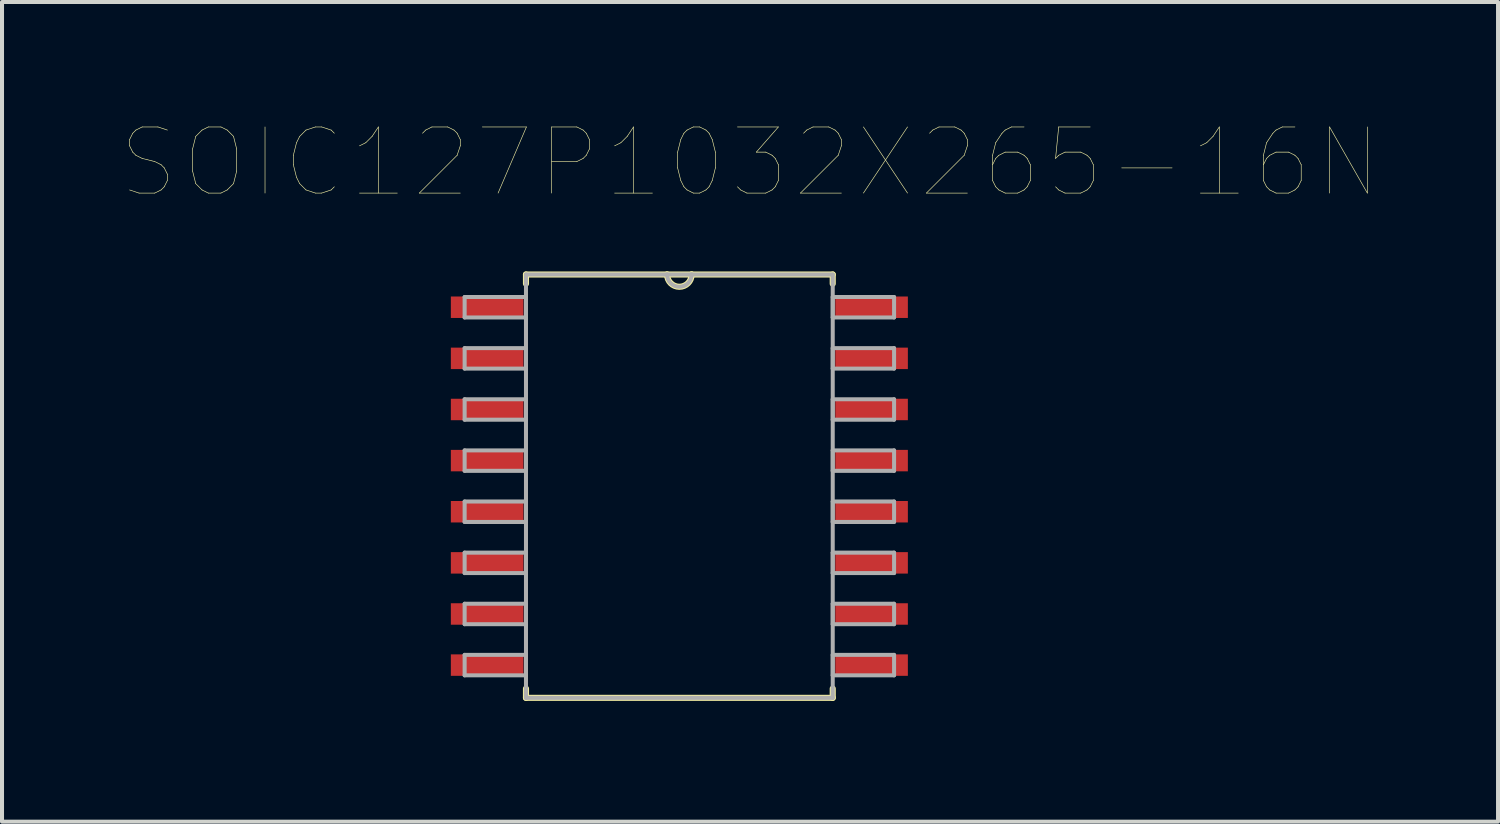
<source format=kicad_pcb>
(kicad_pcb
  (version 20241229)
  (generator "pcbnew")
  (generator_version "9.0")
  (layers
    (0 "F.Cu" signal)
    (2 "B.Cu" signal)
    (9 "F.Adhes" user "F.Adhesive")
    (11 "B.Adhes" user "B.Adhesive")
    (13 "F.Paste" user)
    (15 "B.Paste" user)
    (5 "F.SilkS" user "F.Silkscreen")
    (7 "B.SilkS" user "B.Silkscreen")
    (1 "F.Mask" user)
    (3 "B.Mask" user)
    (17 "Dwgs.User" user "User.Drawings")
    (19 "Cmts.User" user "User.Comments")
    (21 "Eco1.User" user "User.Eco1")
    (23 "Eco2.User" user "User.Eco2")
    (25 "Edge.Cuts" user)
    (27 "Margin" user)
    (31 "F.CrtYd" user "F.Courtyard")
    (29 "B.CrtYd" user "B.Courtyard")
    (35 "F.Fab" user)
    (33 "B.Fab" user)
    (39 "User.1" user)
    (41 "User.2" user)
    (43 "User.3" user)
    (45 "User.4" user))
  (footprint "SOIC127P1032X265-16N"
    (layer "F.Cu")
    (at 13.826 9.027)
    (property "Reference" "SOIC127P1032X265-16N" (at 1.756 -8.04 0) (layer "F.SilkS") (effects (font (size 1.643 1.643) (thickness 0.015))))
    (attr through_hole)
    (fp_line (start -3.81 -5.258) (end -3.81 -5.029) (stroke (width 0.152) (type solid)) (layer "F.SilkS"))
    (fp_line (start -3.81 5.029) (end -3.81 5.258) (stroke (width 0.152) (type solid)) (layer "F.SilkS"))
    (fp_line (start -3.81 5.258) (end 3.81 5.258) (stroke (width 0.152) (type solid)) (layer "F.SilkS"))
    (fp_line (start -0.305 -5.258) (end -3.81 -5.258) (stroke (width 0.152) (type solid)) (layer "F.SilkS"))
    (fp_line (start 0.305 -5.258) (end -0.305 -5.258) (stroke (width 0.152) (type solid)) (layer "F.SilkS"))
    (fp_line (start 3.81 -5.258) (end 0.305 -5.258) (stroke (width 0.152) (type solid)) (layer "F.SilkS"))
    (fp_line (start 3.81 -5.029) (end 3.81 -5.258) (stroke (width 0.152) (type solid)) (layer "F.SilkS"))
    (fp_line (start 3.81 5.258) (end 3.81 5.029) (stroke (width 0.152) (type solid)) (layer "F.SilkS"))
    (fp_arc (start 0.3048 -5.2578) (mid 0 -4.953) (end -0.3048 -5.2578) (stroke (width 0.1524) (type solid)) (layer "F.SilkS"))
    (fp_line (start -5.334 -4.699) (end -5.334 -4.191) (stroke (width 0.1) (type solid)) (layer "F.Fab"))
    (fp_line (start -5.334 -4.191) (end -3.81 -4.191) (stroke (width 0.1) (type solid)) (layer "F.Fab"))
    (fp_line (start -5.334 -3.429) (end -5.334 -2.921) (stroke (width 0.1) (type solid)) (layer "F.Fab"))
    (fp_line (start -5.334 -2.921) (end -3.81 -2.921) (stroke (width 0.1) (type solid)) (layer "F.Fab"))
    (fp_line (start -5.334 -2.159) (end -5.334 -1.651) (stroke (width 0.1) (type solid)) (layer "F.Fab"))
    (fp_line (start -5.334 -1.651) (end -3.81 -1.651) (stroke (width 0.1) (type solid)) (layer "F.Fab"))
    (fp_line (start -5.334 -0.889) (end -5.334 -0.381) (stroke (width 0.1) (type solid)) (layer "F.Fab"))
    (fp_line (start -5.334 -0.381) (end -3.81 -0.381) (stroke (width 0.1) (type solid)) (layer "F.Fab"))
    (fp_line (start -5.334 0.381) (end -5.334 0.889) (stroke (width 0.1) (type solid)) (layer "F.Fab"))
    (fp_line (start -5.334 0.889) (end -3.81 0.889) (stroke (width 0.1) (type solid)) (layer "F.Fab"))
    (fp_line (start -5.334 1.651) (end -5.334 2.159) (stroke (width 0.1) (type solid)) (layer "F.Fab"))
    (fp_line (start -5.334 2.159) (end -3.81 2.159) (stroke (width 0.1) (type solid)) (layer "F.Fab"))
    (fp_line (start -5.334 2.921) (end -5.334 3.429) (stroke (width 0.1) (type solid)) (layer "F.Fab"))
    (fp_line (start -5.334 3.429) (end -3.81 3.429) (stroke (width 0.1) (type solid)) (layer "F.Fab"))
    (fp_line (start -5.334 4.191) (end -5.334 4.699) (stroke (width 0.1) (type solid)) (layer "F.Fab"))
    (fp_line (start -5.334 4.699) (end -3.81 4.699) (stroke (width 0.1) (type solid)) (layer "F.Fab"))
    (fp_line (start -3.81 -5.258) (end -3.81 5.258) (stroke (width 0.1) (type solid)) (layer "F.Fab"))
    (fp_line (start -3.81 -4.699) (end -5.334 -4.699) (stroke (width 0.1) (type solid)) (layer "F.Fab"))
    (fp_line (start -3.81 -4.191) (end -3.81 -4.699) (stroke (width 0.1) (type solid)) (layer "F.Fab"))
    (fp_line (start -3.81 -3.429) (end -5.334 -3.429) (stroke (width 0.1) (type solid)) (layer "F.Fab"))
    (fp_line (start -3.81 -2.921) (end -3.81 -3.429) (stroke (width 0.1) (type solid)) (layer "F.Fab"))
    (fp_line (start -3.81 -2.159) (end -5.334 -2.159) (stroke (width 0.1) (type solid)) (layer "F.Fab"))
    (fp_line (start -3.81 -1.651) (end -3.81 -2.159) (stroke (width 0.1) (type solid)) (layer "F.Fab"))
    (fp_line (start -3.81 -0.889) (end -5.334 -0.889) (stroke (width 0.1) (type solid)) (layer "F.Fab"))
    (fp_line (start -3.81 -0.381) (end -3.81 -0.889) (stroke (width 0.1) (type solid)) (layer "F.Fab"))
    (fp_line (start -3.81 0.381) (end -5.334 0.381) (stroke (width 0.1) (type solid)) (layer "F.Fab"))
    (fp_line (start -3.81 0.889) (end -3.81 0.381) (stroke (width 0.1) (type solid)) (layer "F.Fab"))
    (fp_line (start -3.81 1.651) (end -5.334 1.651) (stroke (width 0.1) (type solid)) (layer "F.Fab"))
    (fp_line (start -3.81 2.159) (end -3.81 1.651) (stroke (width 0.1) (type solid)) (layer "F.Fab"))
    (fp_line (start -3.81 2.921) (end -5.334 2.921) (stroke (width 0.1) (type solid)) (layer "F.Fab"))
    (fp_line (start -3.81 3.429) (end -3.81 2.921) (stroke (width 0.1) (type solid)) (layer "F.Fab"))
    (fp_line (start -3.81 4.191) (end -5.334 4.191) (stroke (width 0.1) (type solid)) (layer "F.Fab"))
    (fp_line (start -3.81 4.699) (end -3.81 4.191) (stroke (width 0.1) (type solid)) (layer "F.Fab"))
    (fp_line (start -3.81 5.258) (end 3.81 5.258) (stroke (width 0.1) (type solid)) (layer "F.Fab"))
    (fp_line (start -0.305 -5.258) (end -3.81 -5.258) (stroke (width 0.1) (type solid)) (layer "F.Fab"))
    (fp_line (start 0.305 -5.258) (end -0.305 -5.258) (stroke (width 0.1) (type solid)) (layer "F.Fab"))
    (fp_line (start 3.81 -5.258) (end 0.305 -5.258) (stroke (width 0.1) (type solid)) (layer "F.Fab"))
    (fp_line (start 3.81 -4.699) (end 3.81 -4.191) (stroke (width 0.1) (type solid)) (layer "F.Fab"))
    (fp_line (start 3.81 -4.191) (end 5.334 -4.191) (stroke (width 0.1) (type solid)) (layer "F.Fab"))
    (fp_line (start 3.81 -3.429) (end 3.81 -2.921) (stroke (width 0.1) (type solid)) (layer "F.Fab"))
    (fp_line (start 3.81 -2.921) (end 5.334 -2.921) (stroke (width 0.1) (type solid)) (layer "F.Fab"))
    (fp_line (start 3.81 -2.159) (end 3.81 -1.651) (stroke (width 0.1) (type solid)) (layer "F.Fab"))
    (fp_line (start 3.81 -1.651) (end 5.334 -1.651) (stroke (width 0.1) (type solid)) (layer "F.Fab"))
    (fp_line (start 3.81 -0.889) (end 3.81 -0.381) (stroke (width 0.1) (type solid)) (layer "F.Fab"))
    (fp_line (start 3.81 -0.381) (end 5.334 -0.381) (stroke (width 0.1) (type solid)) (layer "F.Fab"))
    (fp_line (start 3.81 0.381) (end 3.81 0.889) (stroke (width 0.1) (type solid)) (layer "F.Fab"))
    (fp_line (start 3.81 0.889) (end 5.334 0.889) (stroke (width 0.1) (type solid)) (layer "F.Fab"))
    (fp_line (start 3.81 1.651) (end 3.81 2.159) (stroke (width 0.1) (type solid)) (layer "F.Fab"))
    (fp_line (start 3.81 2.159) (end 5.334 2.159) (stroke (width 0.1) (type solid)) (layer "F.Fab"))
    (fp_line (start 3.81 2.921) (end 3.81 3.429) (stroke (width 0.1) (type solid)) (layer "F.Fab"))
    (fp_line (start 3.81 3.429) (end 5.334 3.429) (stroke (width 0.1) (type solid)) (layer "F.Fab"))
    (fp_line (start 3.81 4.191) (end 3.81 4.699) (stroke (width 0.1) (type solid)) (layer "F.Fab"))
    (fp_line (start 3.81 4.699) (end 5.334 4.699) (stroke (width 0.1) (type solid)) (layer "F.Fab"))
    (fp_line (start 3.81 5.258) (end 3.81 -5.258) (stroke (width 0.1) (type solid)) (layer "F.Fab"))
    (fp_line (start 5.334 -4.699) (end 3.81 -4.699) (stroke (width 0.1) (type solid)) (layer "F.Fab"))
    (fp_line (start 5.334 -4.191) (end 5.334 -4.699) (stroke (width 0.1) (type solid)) (layer "F.Fab"))
    (fp_line (start 5.334 -3.429) (end 3.81 -3.429) (stroke (width 0.1) (type solid)) (layer "F.Fab"))
    (fp_line (start 5.334 -2.921) (end 5.334 -3.429) (stroke (width 0.1) (type solid)) (layer "F.Fab"))
    (fp_line (start 5.334 -2.159) (end 3.81 -2.159) (stroke (width 0.1) (type solid)) (layer "F.Fab"))
    (fp_line (start 5.334 -1.651) (end 5.334 -2.159) (stroke (width 0.1) (type solid)) (layer "F.Fab"))
    (fp_line (start 5.334 -0.889) (end 3.81 -0.889) (stroke (width 0.1) (type solid)) (layer "F.Fab"))
    (fp_line (start 5.334 -0.381) (end 5.334 -0.889) (stroke (width 0.1) (type solid)) (layer "F.Fab"))
    (fp_line (start 5.334 0.381) (end 3.81 0.381) (stroke (width 0.1) (type solid)) (layer "F.Fab"))
    (fp_line (start 5.334 0.889) (end 5.334 0.381) (stroke (width 0.1) (type solid)) (layer "F.Fab"))
    (fp_line (start 5.334 1.651) (end 3.81 1.651) (stroke (width 0.1) (type solid)) (layer "F.Fab"))
    (fp_line (start 5.334 2.159) (end 5.334 1.651) (stroke (width 0.1) (type solid)) (layer "F.Fab"))
    (fp_line (start 5.334 2.921) (end 3.81 2.921) (stroke (width 0.1) (type solid)) (layer "F.Fab"))
    (fp_line (start 5.334 3.429) (end 5.334 2.921) (stroke (width 0.1) (type solid)) (layer "F.Fab"))
    (fp_line (start 5.334 4.191) (end 3.81 4.191) (stroke (width 0.1) (type solid)) (layer "F.Fab"))
    (fp_line (start 5.334 4.699) (end 5.334 4.191) (stroke (width 0.1) (type solid)) (layer "F.Fab"))
    (fp_arc (start 0.3048 -5.2578) (mid 0 -4.953) (end -0.3048 -5.2578) (stroke (width 0.1) (type solid)) (layer "F.Fab"))
    (pad "1" smd rect (at -4.775 -4.445) (size 1.803 0.533) (layers "F.Cu" "F.Mask" "F.Paste"))
    (pad "2" smd rect (at -4.775 -3.175) (size 1.803 0.533) (layers "F.Cu" "F.Mask" "F.Paste"))
    (pad "3" smd rect (at -4.775 -1.905) (size 1.803 0.533) (layers "F.Cu" "F.Mask" "F.Paste"))
    (pad "4" smd rect (at -4.775 -0.635) (size 1.803 0.533) (layers "F.Cu" "F.Mask" "F.Paste"))
    (pad "5" smd rect (at -4.775 0.635) (size 1.803 0.533) (layers "F.Cu" "F.Mask" "F.Paste"))
    (pad "6" smd rect (at -4.775 1.905) (size 1.803 0.533) (layers "F.Cu" "F.Mask" "F.Paste"))
    (pad "7" smd rect (at -4.775 3.175) (size 1.803 0.533) (layers "F.Cu" "F.Mask" "F.Paste"))
    (pad "8" smd rect (at -4.775 4.445) (size 1.803 0.533) (layers "F.Cu" "F.Mask" "F.Paste"))
    (pad "9" smd rect (at 4.775 4.445) (size 1.803 0.533) (layers "F.Cu" "F.Mask" "F.Paste"))
    (pad "10" smd rect (at 4.775 3.175) (size 1.803 0.533) (layers "F.Cu" "F.Mask" "F.Paste"))
    (pad "11" smd rect (at 4.775 1.905) (size 1.803 0.533) (layers "F.Cu" "F.Mask" "F.Paste"))
    (pad "12" smd rect (at 4.775 0.635) (size 1.803 0.533) (layers "F.Cu" "F.Mask" "F.Paste"))
    (pad "13" smd rect (at 4.775 -0.635) (size 1.803 0.533) (layers "F.Cu" "F.Mask" "F.Paste"))
    (pad "14" smd rect (at 4.775 -1.905) (size 1.803 0.533) (layers "F.Cu" "F.Mask" "F.Paste"))
    (pad "15" smd rect (at 4.775 -3.175) (size 1.803 0.533) (layers "F.Cu" "F.Mask" "F.Paste"))
    (pad "16" smd rect (at 4.775 -4.445) (size 1.803 0.533) (layers "F.Cu" "F.Mask" "F.Paste")))
  (gr_rect
    (start -3 -3)
    (end 34.163 17.361)
    (stroke (width 0.1) (type default))
    (fill no)
    (layer "Edge.Cuts")))
</source>
